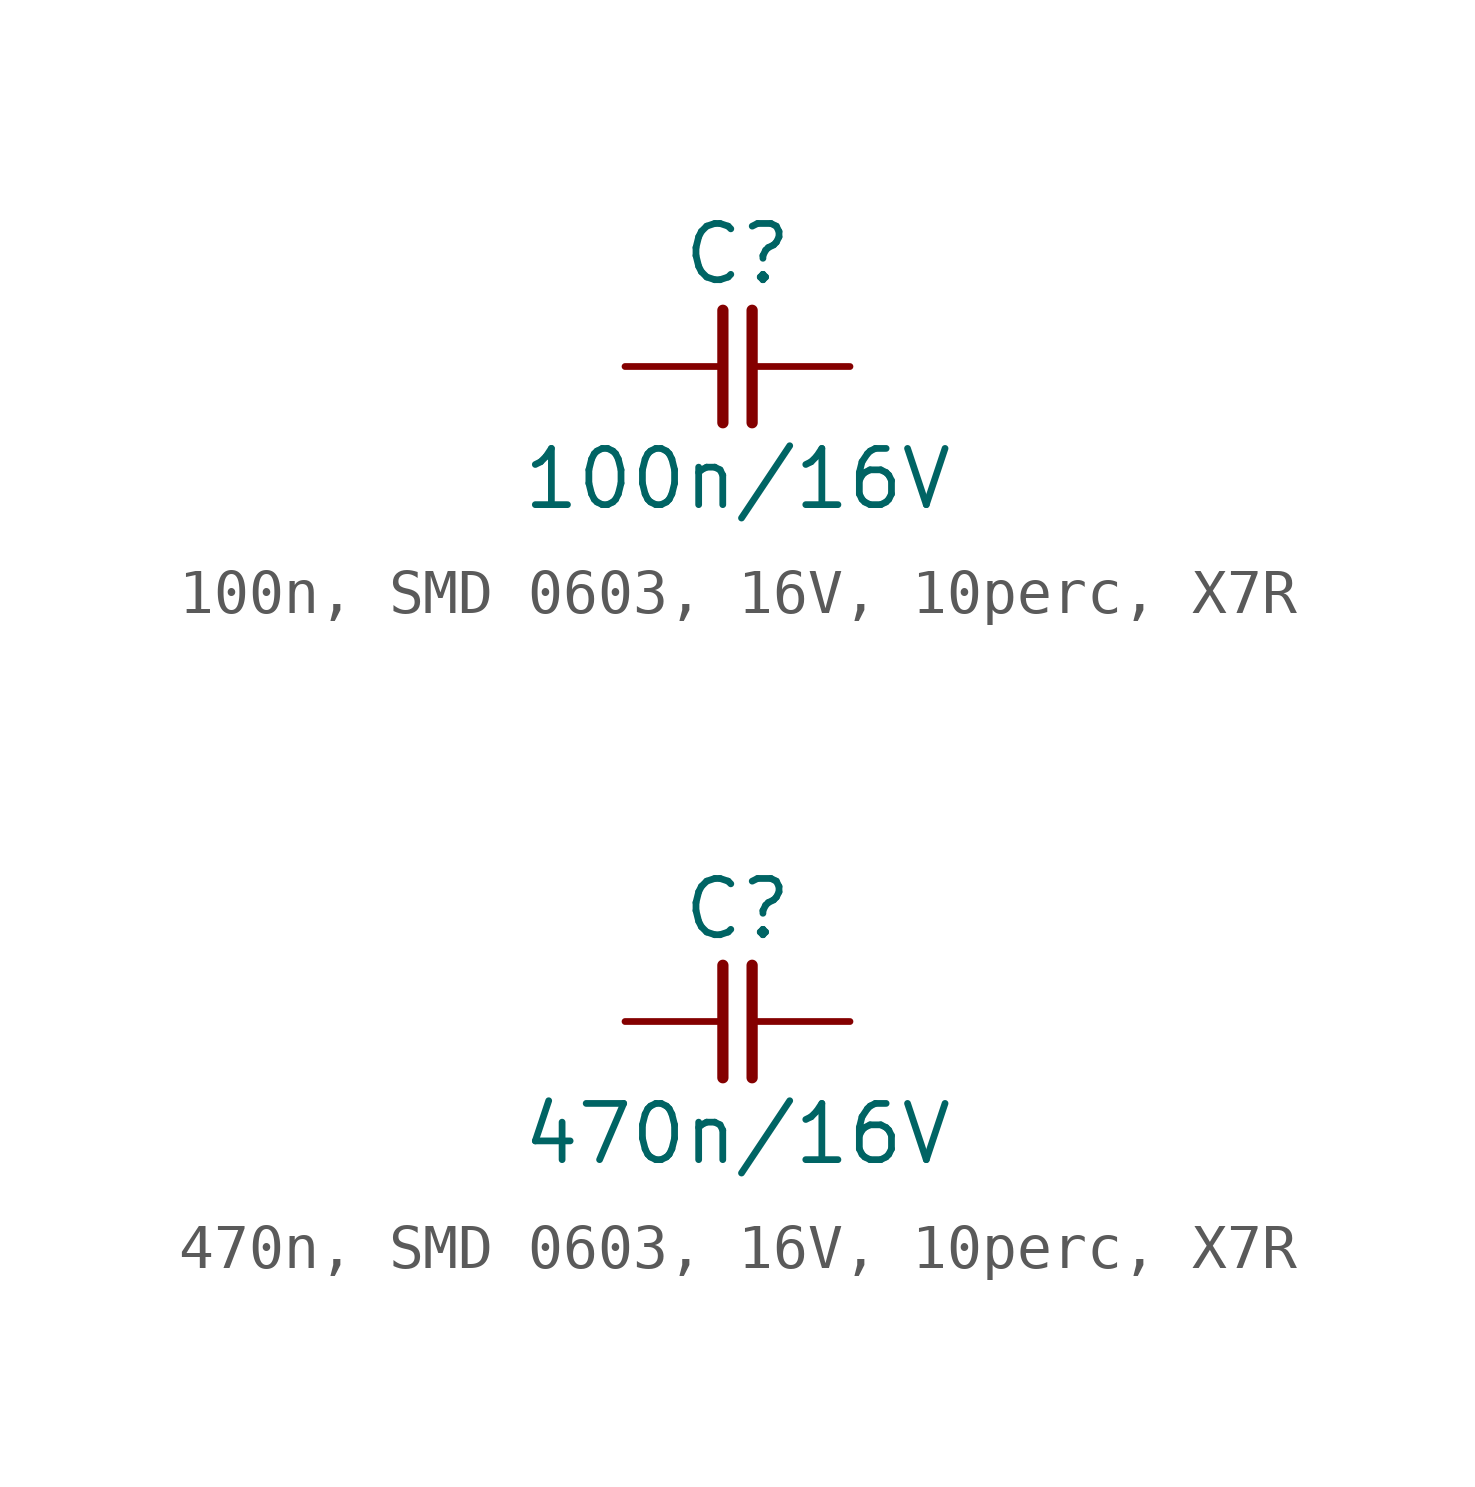
<source format=kicad_sym>
(kicad_symbol_lib
  (version 20241209)
  (generator "kicad_symbol_editor")
  (generator_version "9.0")
  (symbol "100n, SMD 0603, 16V, 10perc, X7R"
    (pin_numbers
      (hide yes))
    (pin_names
      (offset 0)
      (hide yes))
    (property "Reference" "C"
      (at 0 2.54 0)
      (effects (font (size 1.27 1.27))))
    (property "Value" "100n/16V"
      (at 0 -2.54 0)
      (effects (font (size 1.27 1.27))))
    (symbol "100n, SMD 0603, 16V, 10perc, X7R_0_1"
      (polyline (pts (xy -0.33 1.27) (xy -0.33 -1.27)) (stroke (width 0.254) (type default)) (fill (type none)))
      (polyline (pts (xy 0.33 1.27) (xy 0.33 -1.27)) (stroke (width 0.254) (type default)) (fill (type none))))
    (symbol "100n, SMD 0603, 16V, 10perc, X7R_1_1"
      (pin passive line (at -2.54 0 0) (length 2.21) (name "1" (effects (font (size 1.27 1.27)))) (number "1" (effects (font (size 1.27 1.27)))))
      (pin passive line (at 2.54 0 180) (length 2.21) (name "2" (effects (font (size 1.27 1.27)))) (number "2" (effects (font (size 1.27 1.27)))))))
  (symbol "470n, SMD 0603, 16V, 10perc, X7R"
    (pin_numbers
      (hide yes))
    (pin_names
      (offset 0)
      (hide yes))
    (property "Reference" "C"
      (at 0 2.54 0)
      (effects (font (size 1.27 1.27))))
    (property "Value" "470n/16V"
      (at 0 -2.54 0)
      (effects (font (size 1.27 1.27))))
    (symbol "470n, SMD 0603, 16V, 10perc, X7R_0_1"
      (polyline (pts (xy -0.33 1.27) (xy -0.33 -1.27)) (stroke (width 0.254) (type default)) (fill (type none)))
      (polyline (pts (xy 0.33 1.27) (xy 0.33 -1.27)) (stroke (width 0.254) (type default)) (fill (type none))))
    (symbol "470n, SMD 0603, 16V, 10perc, X7R_1_1"
      (pin passive line (at -2.54 0 0) (length 2.21) (name "1" (effects (font (size 1.27 1.27)))) (number "1" (effects (font (size 1.27 1.27)))))
      (pin passive line (at 2.54 0 180) (length 2.21) (name "2" (effects (font (size 1.27 1.27)))) (number "2" (effects (font (size 1.27 1.27))))))))
</source>
